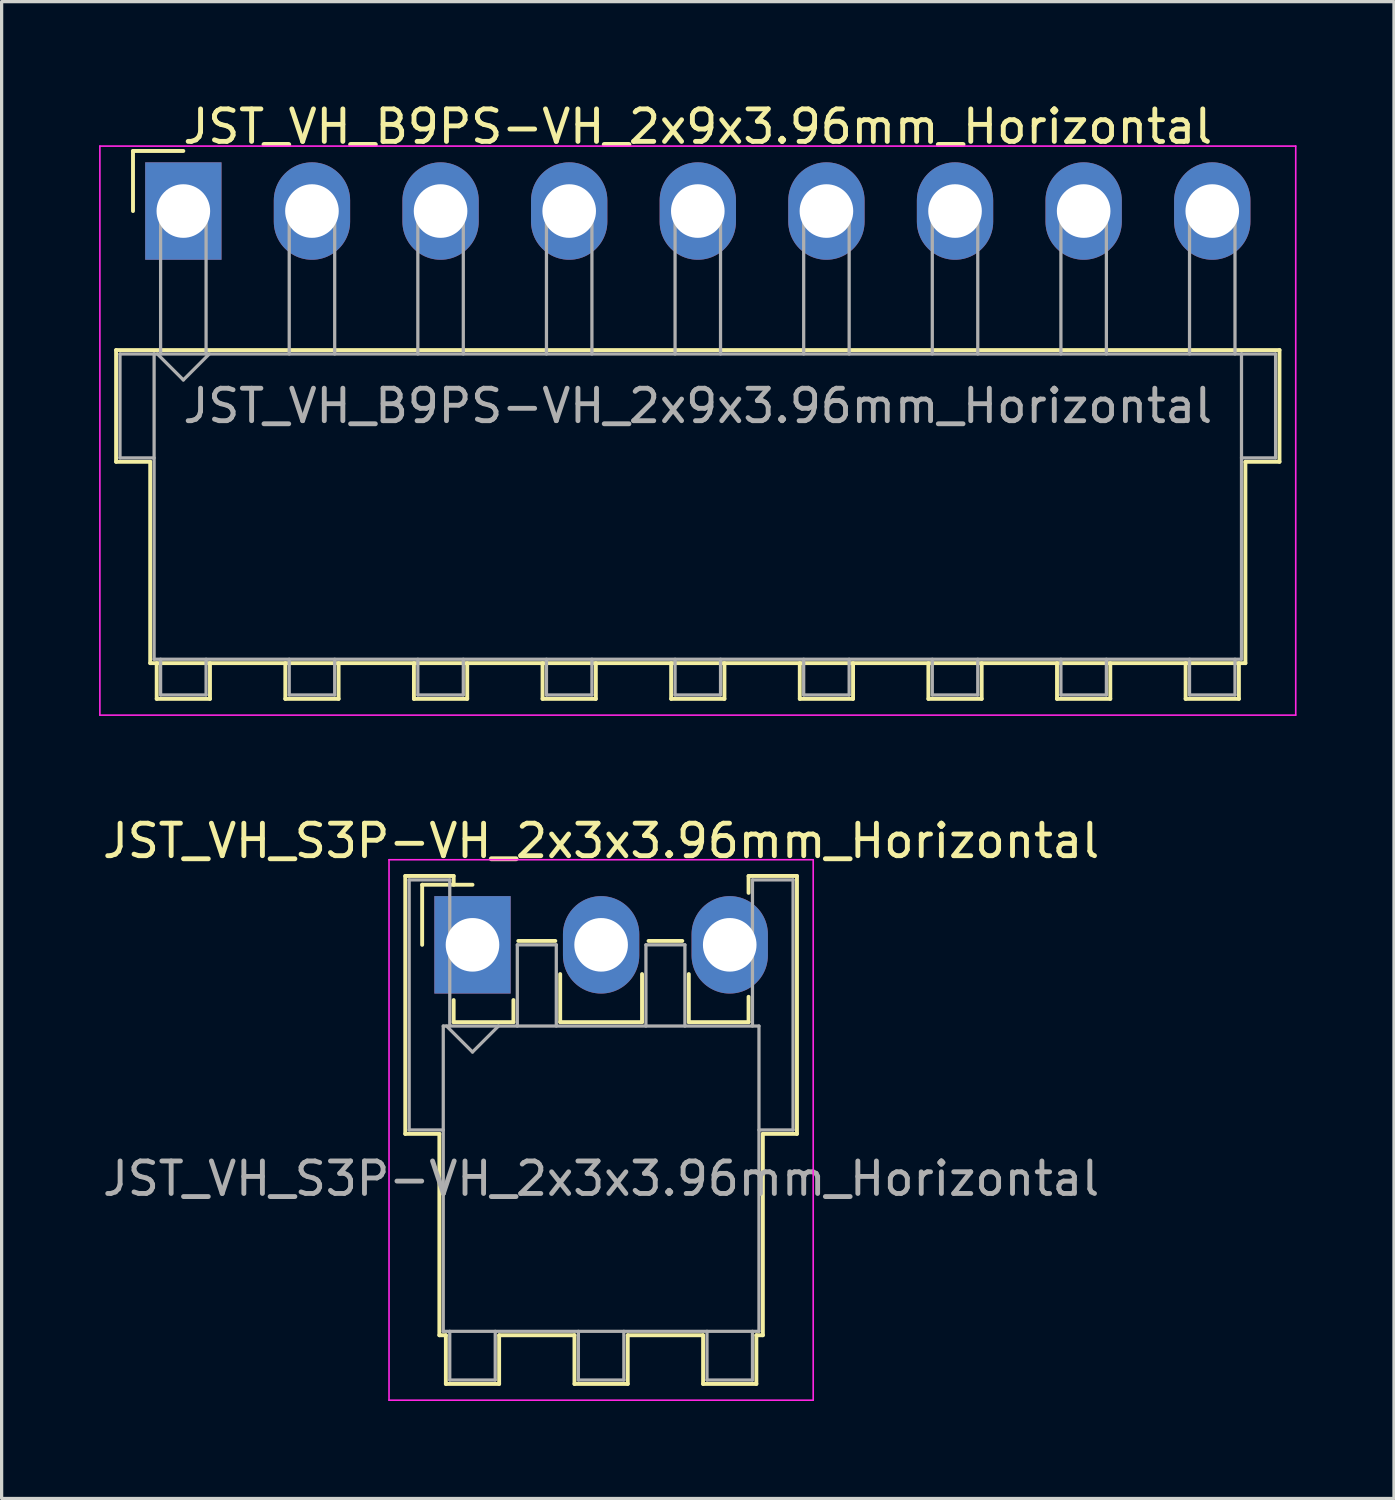
<source format=kicad_pcb>
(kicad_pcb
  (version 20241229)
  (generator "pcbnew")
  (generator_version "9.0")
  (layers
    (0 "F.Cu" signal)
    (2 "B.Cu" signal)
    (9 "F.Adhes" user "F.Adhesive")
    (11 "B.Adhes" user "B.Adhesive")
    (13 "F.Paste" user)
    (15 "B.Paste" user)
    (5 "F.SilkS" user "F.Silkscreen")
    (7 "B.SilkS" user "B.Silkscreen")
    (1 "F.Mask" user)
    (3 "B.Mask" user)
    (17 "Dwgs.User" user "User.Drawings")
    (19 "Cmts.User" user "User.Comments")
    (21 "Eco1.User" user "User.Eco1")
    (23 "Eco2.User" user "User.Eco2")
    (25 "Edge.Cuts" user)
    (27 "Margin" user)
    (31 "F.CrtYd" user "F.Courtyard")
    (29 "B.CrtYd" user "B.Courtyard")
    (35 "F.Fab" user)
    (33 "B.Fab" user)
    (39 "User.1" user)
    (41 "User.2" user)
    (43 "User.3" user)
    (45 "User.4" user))
  (footprint "JST_VH_S3P-VH_2x3x3.96mm_Horizontal"
    (layer "F.Cu")
    (at 11.498 26.041)
    (property "Reference" "JST_VH_S3P-VH_2x3x3.96mm_Horizontal" (at 3.96 -3.2 0) (layer "F.SilkS") (effects (font (size 1 1) (thickness 0.15))))
    (attr through_hole)
    (fp_line (start -2.07 -2.12) (end -0.58 -2.12) (stroke (width 0.12) (type solid)) (layer "F.SilkS"))
    (fp_line (start -2.07 5.82) (end -2.07 -2.12) (stroke (width 0.12) (type solid)) (layer "F.SilkS"))
    (fp_line (start -1.55 -1.85) (end -1.55 0) (stroke (width 0.12) (type solid)) (layer "F.SilkS"))
    (fp_line (start -1.02 5.82) (end -2.07 5.82) (stroke (width 0.12) (type solid)) (layer "F.SilkS"))
    (fp_line (start -1.02 5.82) (end -1.02 12.02) (stroke (width 0.12) (type solid)) (layer "F.SilkS"))
    (fp_line (start -1.02 12.02) (end -0.82 12.02) (stroke (width 0.12) (type solid)) (layer "F.SilkS"))
    (fp_line (start -0.82 12.02) (end -0.82 13.52) (stroke (width 0.12) (type solid)) (layer "F.SilkS"))
    (fp_line (start -0.82 13.52) (end 0.82 13.52) (stroke (width 0.12) (type solid)) (layer "F.SilkS"))
    (fp_line (start -0.58 -2.12) (end -0.58 -1.85) (stroke (width 0.12) (type solid)) (layer "F.SilkS"))
    (fp_line (start -0.58 1.7) (end -0.58 2.38) (stroke (width 0.12) (type solid)) (layer "F.SilkS"))
    (fp_line (start -0.58 2.38) (end 1.26 2.38) (stroke (width 0.12) (type solid)) (layer "F.SilkS"))
    (fp_line (start 0 -1.85) (end -1.55 -1.85) (stroke (width 0.12) (type solid)) (layer "F.SilkS"))
    (fp_line (start 0.82 12.02) (end 3.14 12.02) (stroke (width 0.12) (type solid)) (layer "F.SilkS"))
    (fp_line (start 0.82 13.52) (end 0.82 12.02) (stroke (width 0.12) (type solid)) (layer "F.SilkS"))
    (fp_line (start 1.26 2.38) (end 1.26 1.7) (stroke (width 0.12) (type solid)) (layer "F.SilkS"))
    (fp_line (start 1.41 -0.12) (end 2.55 -0.12) (stroke (width 0.12) (type solid)) (layer "F.SilkS"))
    (fp_line (start 2.7 0.9) (end 2.7 2.38) (stroke (width 0.12) (type solid)) (layer "F.SilkS"))
    (fp_line (start 2.7 2.38) (end 5.22 2.38) (stroke (width 0.12) (type solid)) (layer "F.SilkS"))
    (fp_line (start 3.14 12.02) (end 3.14 13.52) (stroke (width 0.12) (type solid)) (layer "F.SilkS"))
    (fp_line (start 3.14 13.52) (end 4.78 13.52) (stroke (width 0.12) (type solid)) (layer "F.SilkS"))
    (fp_line (start 4.78 12.02) (end 7.1 12.02) (stroke (width 0.12) (type solid)) (layer "F.SilkS"))
    (fp_line (start 4.78 13.52) (end 4.78 12.02) (stroke (width 0.12) (type solid)) (layer "F.SilkS"))
    (fp_line (start 5.22 2.38) (end 5.22 0.9) (stroke (width 0.12) (type solid)) (layer "F.SilkS"))
    (fp_line (start 5.42 -0.12) (end 6.46 -0.12) (stroke (width 0.12) (type solid)) (layer "F.SilkS"))
    (fp_line (start 6.66 0.9) (end 6.66 2.38) (stroke (width 0.12) (type solid)) (layer "F.SilkS"))
    (fp_line (start 6.66 2.38) (end 8.5 2.38) (stroke (width 0.12) (type solid)) (layer "F.SilkS"))
    (fp_line (start 7.1 12.02) (end 7.1 13.52) (stroke (width 0.12) (type solid)) (layer "F.SilkS"))
    (fp_line (start 7.1 13.52) (end 8.74 13.52) (stroke (width 0.12) (type solid)) (layer "F.SilkS"))
    (fp_line (start 8.5 -2.12) (end 9.99 -2.12) (stroke (width 0.12) (type solid)) (layer "F.SilkS"))
    (fp_line (start 8.5 -1.6) (end 8.5 -2.12) (stroke (width 0.12) (type solid)) (layer "F.SilkS"))
    (fp_line (start 8.5 2.38) (end 8.5 1.6) (stroke (width 0.12) (type solid)) (layer "F.SilkS"))
    (fp_line (start 8.74 12.02) (end 8.94 12.02) (stroke (width 0.12) (type solid)) (layer "F.SilkS"))
    (fp_line (start 8.74 13.52) (end 8.74 12.02) (stroke (width 0.12) (type solid)) (layer "F.SilkS"))
    (fp_line (start 8.94 12.02) (end 8.94 5.82) (stroke (width 0.12) (type solid)) (layer "F.SilkS"))
    (fp_line (start 9.99 -2.12) (end 9.99 5.82) (stroke (width 0.12) (type solid)) (layer "F.SilkS"))
    (fp_line (start 9.99 5.82) (end 8.94 5.82) (stroke (width 0.12) (type solid)) (layer "F.SilkS"))
    (fp_line (start -2.57 -2.62) (end -2.57 14.02) (stroke (width 0.05) (type solid)) (layer "F.CrtYd"))
    (fp_line (start -2.57 14.02) (end 10.49 14.02) (stroke (width 0.05) (type solid)) (layer "F.CrtYd"))
    (fp_line (start 10.49 -2.62) (end -2.57 -2.62) (stroke (width 0.05) (type solid)) (layer "F.CrtYd"))
    (fp_line (start 10.49 14.02) (end 10.49 -2.62) (stroke (width 0.05) (type solid)) (layer "F.CrtYd"))
    (fp_line (start -1.95 -2) (end -0.7 -2) (stroke (width 0.1) (type solid)) (layer "F.Fab"))
    (fp_line (start -1.95 5.7) (end -1.95 -2) (stroke (width 0.1) (type solid)) (layer "F.Fab"))
    (fp_line (start -0.9 2.5) (end -0.9 11.9) (stroke (width 0.1) (type solid)) (layer "F.Fab"))
    (fp_line (start -0.9 5.7) (end -1.95 5.7) (stroke (width 0.1) (type solid)) (layer "F.Fab"))
    (fp_line (start -0.9 11.9) (end 8.82 11.9) (stroke (width 0.1) (type solid)) (layer "F.Fab"))
    (fp_line (start -0.8 2.5) (end 0 3.3) (stroke (width 0.1) (type solid)) (layer "F.Fab"))
    (fp_line (start -0.7 -2) (end -0.7 2.5) (stroke (width 0.1) (type solid)) (layer "F.Fab"))
    (fp_line (start -0.7 11.9) (end -0.7 13.4) (stroke (width 0.1) (type solid)) (layer "F.Fab"))
    (fp_line (start -0.7 13.4) (end 0.7 13.4) (stroke (width 0.1) (type solid)) (layer "F.Fab"))
    (fp_line (start 0 3.3) (end 0.8 2.5) (stroke (width 0.1) (type solid)) (layer "F.Fab"))
    (fp_line (start 0.7 13.4) (end 0.7 11.9) (stroke (width 0.1) (type solid)) (layer "F.Fab"))
    (fp_line (start 1.38 0) (end 2.58 0) (stroke (width 0.1) (type solid)) (layer "F.Fab"))
    (fp_line (start 1.38 2.5) (end 1.38 0) (stroke (width 0.1) (type solid)) (layer "F.Fab"))
    (fp_line (start 2.58 0) (end 2.58 2.5) (stroke (width 0.1) (type solid)) (layer "F.Fab"))
    (fp_line (start 3.26 11.9) (end 3.26 13.4) (stroke (width 0.1) (type solid)) (layer "F.Fab"))
    (fp_line (start 3.26 13.4) (end 4.66 13.4) (stroke (width 0.1) (type solid)) (layer "F.Fab"))
    (fp_line (start 4.66 13.4) (end 4.66 11.9) (stroke (width 0.1) (type solid)) (layer "F.Fab"))
    (fp_line (start 5.34 0) (end 6.54 0) (stroke (width 0.1) (type solid)) (layer "F.Fab"))
    (fp_line (start 5.34 2.5) (end 5.34 0) (stroke (width 0.1) (type solid)) (layer "F.Fab"))
    (fp_line (start 6.54 0) (end 6.54 2.5) (stroke (width 0.1) (type solid)) (layer "F.Fab"))
    (fp_line (start 7.22 11.9) (end 7.22 13.4) (stroke (width 0.1) (type solid)) (layer "F.Fab"))
    (fp_line (start 7.22 13.4) (end 8.62 13.4) (stroke (width 0.1) (type solid)) (layer "F.Fab"))
    (fp_line (start 8.62 -2) (end 9.87 -2) (stroke (width 0.1) (type solid)) (layer "F.Fab"))
    (fp_line (start 8.62 2.5) (end 8.62 -2) (stroke (width 0.1) (type solid)) (layer "F.Fab"))
    (fp_line (start 8.62 13.4) (end 8.62 11.9) (stroke (width 0.1) (type solid)) (layer "F.Fab"))
    (fp_line (start 8.82 2.5) (end -0.9 2.5) (stroke (width 0.1) (type solid)) (layer "F.Fab"))
    (fp_line (start 8.82 11.9) (end 8.82 2.5) (stroke (width 0.1) (type solid)) (layer "F.Fab"))
    (fp_line (start 9.87 -2) (end 9.87 5.7) (stroke (width 0.1) (type solid)) (layer "F.Fab"))
    (fp_line (start 9.87 5.7) (end 8.82 5.7) (stroke (width 0.1) (type solid)) (layer "F.Fab"))
    (fp_text user "${REFERENCE}" (at 3.96 7.2 0) (layer "F.Fab") (effects (font (size 1 1) (thickness 0.15))))
    (pad "1" thru_hole rect (at 0 0) (size 2.35 3) (drill 1.65) (layers "*.Cu" "*.Mask"))
    (pad "2" thru_hole oval (at 3.96 0) (size 2.35 3) (drill 1.65) (layers "*.Cu" "*.Mask"))
    (pad "3" thru_hole oval (at 7.92 0) (size 2.35 3) (drill 1.65) (layers "*.Cu" "*.Mask")))
  (footprint "JST_VH_B9PS-VH_2x9x3.96mm_Horizontal"
    (layer "F.Cu")
    (at 2.595 3.448)
    (property "Reference" "JST_VH_B9PS-VH_2x9x3.96mm_Horizontal" (at 15.84 -2.6 0) (layer "F.SilkS") (effects (font (size 1 1) (thickness 0.15))))
    (attr through_hole)
    (fp_line (start -2.07 4.28) (end 33.75 4.28) (stroke (width 0.12) (type solid)) (layer "F.SilkS"))
    (fp_line (start -2.07 7.72) (end -2.07 4.28) (stroke (width 0.12) (type solid)) (layer "F.SilkS"))
    (fp_line (start -1.55 -1.85) (end -1.55 0) (stroke (width 0.12) (type solid)) (layer "F.SilkS"))
    (fp_line (start -1.02 7.72) (end -2.07 7.72) (stroke (width 0.12) (type solid)) (layer "F.SilkS"))
    (fp_line (start -1.02 13.92) (end -1.02 7.72) (stroke (width 0.12) (type solid)) (layer "F.SilkS"))
    (fp_line (start -0.82 13.92) (end -0.82 15.02) (stroke (width 0.12) (type solid)) (layer "F.SilkS"))
    (fp_line (start -0.82 15.02) (end 0.82 15.02) (stroke (width 0.12) (type solid)) (layer "F.SilkS"))
    (fp_line (start 0 -1.85) (end -1.55 -1.85) (stroke (width 0.12) (type solid)) (layer "F.SilkS"))
    (fp_line (start 0.82 15.02) (end 0.82 13.92) (stroke (width 0.12) (type solid)) (layer "F.SilkS"))
    (fp_line (start 3.14 13.92) (end 3.14 15.02) (stroke (width 0.12) (type solid)) (layer "F.SilkS"))
    (fp_line (start 3.14 15.02) (end 4.78 15.02) (stroke (width 0.12) (type solid)) (layer "F.SilkS"))
    (fp_line (start 4.78 15.02) (end 4.78 13.92) (stroke (width 0.12) (type solid)) (layer "F.SilkS"))
    (fp_line (start 7.1 13.92) (end 7.1 15.02) (stroke (width 0.12) (type solid)) (layer "F.SilkS"))
    (fp_line (start 7.1 15.02) (end 8.74 15.02) (stroke (width 0.12) (type solid)) (layer "F.SilkS"))
    (fp_line (start 8.74 15.02) (end 8.74 13.92) (stroke (width 0.12) (type solid)) (layer "F.SilkS"))
    (fp_line (start 11.06 13.92) (end 11.06 15.02) (stroke (width 0.12) (type solid)) (layer "F.SilkS"))
    (fp_line (start 11.06 15.02) (end 12.7 15.02) (stroke (width 0.12) (type solid)) (layer "F.SilkS"))
    (fp_line (start 12.7 15.02) (end 12.7 13.92) (stroke (width 0.12) (type solid)) (layer "F.SilkS"))
    (fp_line (start 15.02 13.92) (end 15.02 15.02) (stroke (width 0.12) (type solid)) (layer "F.SilkS"))
    (fp_line (start 15.02 15.02) (end 16.66 15.02) (stroke (width 0.12) (type solid)) (layer "F.SilkS"))
    (fp_line (start 16.66 15.02) (end 16.66 13.92) (stroke (width 0.12) (type solid)) (layer "F.SilkS"))
    (fp_line (start 18.98 13.92) (end 18.98 15.02) (stroke (width 0.12) (type solid)) (layer "F.SilkS"))
    (fp_line (start 18.98 15.02) (end 20.62 15.02) (stroke (width 0.12) (type solid)) (layer "F.SilkS"))
    (fp_line (start 20.62 15.02) (end 20.62 13.92) (stroke (width 0.12) (type solid)) (layer "F.SilkS"))
    (fp_line (start 22.94 13.92) (end 22.94 15.02) (stroke (width 0.12) (type solid)) (layer "F.SilkS"))
    (fp_line (start 22.94 15.02) (end 24.58 15.02) (stroke (width 0.12) (type solid)) (layer "F.SilkS"))
    (fp_line (start 24.58 15.02) (end 24.58 13.92) (stroke (width 0.12) (type solid)) (layer "F.SilkS"))
    (fp_line (start 26.9 13.92) (end 26.9 15.02) (stroke (width 0.12) (type solid)) (layer "F.SilkS"))
    (fp_line (start 26.9 15.02) (end 28.54 15.02) (stroke (width 0.12) (type solid)) (layer "F.SilkS"))
    (fp_line (start 28.54 15.02) (end 28.54 13.92) (stroke (width 0.12) (type solid)) (layer "F.SilkS"))
    (fp_line (start 30.86 13.92) (end 30.86 15.02) (stroke (width 0.12) (type solid)) (layer "F.SilkS"))
    (fp_line (start 30.86 15.02) (end 32.5 15.02) (stroke (width 0.12) (type solid)) (layer "F.SilkS"))
    (fp_line (start 32.5 15.02) (end 32.5 13.92) (stroke (width 0.12) (type solid)) (layer "F.SilkS"))
    (fp_line (start 32.7 7.72) (end 32.7 13.92) (stroke (width 0.12) (type solid)) (layer "F.SilkS"))
    (fp_line (start 32.7 13.92) (end -1.02 13.92) (stroke (width 0.12) (type solid)) (layer "F.SilkS"))
    (fp_line (start 33.75 4.28) (end 33.75 7.72) (stroke (width 0.12) (type solid)) (layer "F.SilkS"))
    (fp_line (start 33.75 7.72) (end 32.7 7.72) (stroke (width 0.12) (type solid)) (layer "F.SilkS"))
    (fp_line (start -2.57 -2) (end -2.57 15.52) (stroke (width 0.05) (type solid)) (layer "F.CrtYd"))
    (fp_line (start -2.57 15.52) (end 34.25 15.52) (stroke (width 0.05) (type solid)) (layer "F.CrtYd"))
    (fp_line (start 34.25 -2) (end -2.57 -2) (stroke (width 0.05) (type solid)) (layer "F.CrtYd"))
    (fp_line (start 34.25 15.52) (end 34.25 -2) (stroke (width 0.05) (type solid)) (layer "F.CrtYd"))
    (fp_line (start -1.95 4.4) (end -0.9 4.4) (stroke (width 0.1) (type solid)) (layer "F.Fab"))
    (fp_line (start -1.95 7.6) (end -1.95 4.4) (stroke (width 0.1) (type solid)) (layer "F.Fab"))
    (fp_line (start -0.9 4.4) (end -0.9 13.8) (stroke (width 0.1) (type solid)) (layer "F.Fab"))
    (fp_line (start -0.9 7.6) (end -1.95 7.6) (stroke (width 0.1) (type solid)) (layer "F.Fab"))
    (fp_line (start -0.9 13.8) (end 32.58 13.8) (stroke (width 0.1) (type solid)) (layer "F.Fab"))
    (fp_line (start -0.8 4.4) (end 0 5.2) (stroke (width 0.1) (type solid)) (layer "F.Fab"))
    (fp_line (start -0.7 0) (end 0.7 0) (stroke (width 0.1) (type solid)) (layer "F.Fab"))
    (fp_line (start -0.7 4.4) (end -0.7 0) (stroke (width 0.1) (type solid)) (layer "F.Fab"))
    (fp_line (start -0.7 13.8) (end -0.7 14.9) (stroke (width 0.1) (type solid)) (layer "F.Fab"))
    (fp_line (start -0.7 14.9) (end 0.7 14.9) (stroke (width 0.1) (type solid)) (layer "F.Fab"))
    (fp_line (start 0 5.2) (end 0.8 4.4) (stroke (width 0.1) (type solid)) (layer "F.Fab"))
    (fp_line (start 0.7 0) (end 0.7 4.4) (stroke (width 0.1) (type solid)) (layer "F.Fab"))
    (fp_line (start 0.7 14.9) (end 0.7 13.8) (stroke (width 0.1) (type solid)) (layer "F.Fab"))
    (fp_line (start 3.26 0) (end 4.66 0) (stroke (width 0.1) (type solid)) (layer "F.Fab"))
    (fp_line (start 3.26 4.4) (end 3.26 0) (stroke (width 0.1) (type solid)) (layer "F.Fab"))
    (fp_line (start 3.26 13.8) (end 3.26 14.9) (stroke (width 0.1) (type solid)) (layer "F.Fab"))
    (fp_line (start 3.26 14.9) (end 4.66 14.9) (stroke (width 0.1) (type solid)) (layer "F.Fab"))
    (fp_line (start 4.66 0) (end 4.66 4.4) (stroke (width 0.1) (type solid)) (layer "F.Fab"))
    (fp_line (start 4.66 14.9) (end 4.66 13.8) (stroke (width 0.1) (type solid)) (layer "F.Fab"))
    (fp_line (start 7.22 0) (end 8.62 0) (stroke (width 0.1) (type solid)) (layer "F.Fab"))
    (fp_line (start 7.22 4.4) (end 7.22 0) (stroke (width 0.1) (type solid)) (layer "F.Fab"))
    (fp_line (start 7.22 13.8) (end 7.22 14.9) (stroke (width 0.1) (type solid)) (layer "F.Fab"))
    (fp_line (start 7.22 14.9) (end 8.62 14.9) (stroke (width 0.1) (type solid)) (layer "F.Fab"))
    (fp_line (start 8.62 0) (end 8.62 4.4) (stroke (width 0.1) (type solid)) (layer "F.Fab"))
    (fp_line (start 8.62 14.9) (end 8.62 13.8) (stroke (width 0.1) (type solid)) (layer "F.Fab"))
    (fp_line (start 11.18 0) (end 12.58 0) (stroke (width 0.1) (type solid)) (layer "F.Fab"))
    (fp_line (start 11.18 4.4) (end 11.18 0) (stroke (width 0.1) (type solid)) (layer "F.Fab"))
    (fp_line (start 11.18 13.8) (end 11.18 14.9) (stroke (width 0.1) (type solid)) (layer "F.Fab"))
    (fp_line (start 11.18 14.9) (end 12.58 14.9) (stroke (width 0.1) (type solid)) (layer "F.Fab"))
    (fp_line (start 12.58 0) (end 12.58 4.4) (stroke (width 0.1) (type solid)) (layer "F.Fab"))
    (fp_line (start 12.58 14.9) (end 12.58 13.8) (stroke (width 0.1) (type solid)) (layer "F.Fab"))
    (fp_line (start 15.14 0) (end 16.54 0) (stroke (width 0.1) (type solid)) (layer "F.Fab"))
    (fp_line (start 15.14 4.4) (end 15.14 0) (stroke (width 0.1) (type solid)) (layer "F.Fab"))
    (fp_line (start 15.14 13.8) (end 15.14 14.9) (stroke (width 0.1) (type solid)) (layer "F.Fab"))
    (fp_line (start 15.14 14.9) (end 16.54 14.9) (stroke (width 0.1) (type solid)) (layer "F.Fab"))
    (fp_line (start 16.54 0) (end 16.54 4.4) (stroke (width 0.1) (type solid)) (layer "F.Fab"))
    (fp_line (start 16.54 14.9) (end 16.54 13.8) (stroke (width 0.1) (type solid)) (layer "F.Fab"))
    (fp_line (start 19.1 0) (end 20.5 0) (stroke (width 0.1) (type solid)) (layer "F.Fab"))
    (fp_line (start 19.1 4.4) (end 19.1 0) (stroke (width 0.1) (type solid)) (layer "F.Fab"))
    (fp_line (start 19.1 13.8) (end 19.1 14.9) (stroke (width 0.1) (type solid)) (layer "F.Fab"))
    (fp_line (start 19.1 14.9) (end 20.5 14.9) (stroke (width 0.1) (type solid)) (layer "F.Fab"))
    (fp_line (start 20.5 0) (end 20.5 4.4) (stroke (width 0.1) (type solid)) (layer "F.Fab"))
    (fp_line (start 20.5 14.9) (end 20.5 13.8) (stroke (width 0.1) (type solid)) (layer "F.Fab"))
    (fp_line (start 23.06 0) (end 24.46 0) (stroke (width 0.1) (type solid)) (layer "F.Fab"))
    (fp_line (start 23.06 4.4) (end 23.06 0) (stroke (width 0.1) (type solid)) (layer "F.Fab"))
    (fp_line (start 23.06 13.8) (end 23.06 14.9) (stroke (width 0.1) (type solid)) (layer "F.Fab"))
    (fp_line (start 23.06 14.9) (end 24.46 14.9) (stroke (width 0.1) (type solid)) (layer "F.Fab"))
    (fp_line (start 24.46 0) (end 24.46 4.4) (stroke (width 0.1) (type solid)) (layer "F.Fab"))
    (fp_line (start 24.46 14.9) (end 24.46 13.8) (stroke (width 0.1) (type solid)) (layer "F.Fab"))
    (fp_line (start 27.02 0) (end 28.42 0) (stroke (width 0.1) (type solid)) (layer "F.Fab"))
    (fp_line (start 27.02 4.4) (end 27.02 0) (stroke (width 0.1) (type solid)) (layer "F.Fab"))
    (fp_line (start 27.02 13.8) (end 27.02 14.9) (stroke (width 0.1) (type solid)) (layer "F.Fab"))
    (fp_line (start 27.02 14.9) (end 28.42 14.9) (stroke (width 0.1) (type solid)) (layer "F.Fab"))
    (fp_line (start 28.42 0) (end 28.42 4.4) (stroke (width 0.1) (type solid)) (layer "F.Fab"))
    (fp_line (start 28.42 14.9) (end 28.42 13.8) (stroke (width 0.1) (type solid)) (layer "F.Fab"))
    (fp_line (start 30.98 0) (end 32.38 0) (stroke (width 0.1) (type solid)) (layer "F.Fab"))
    (fp_line (start 30.98 4.4) (end 30.98 0) (stroke (width 0.1) (type solid)) (layer "F.Fab"))
    (fp_line (start 30.98 13.8) (end 30.98 14.9) (stroke (width 0.1) (type solid)) (layer "F.Fab"))
    (fp_line (start 30.98 14.9) (end 32.38 14.9) (stroke (width 0.1) (type solid)) (layer "F.Fab"))
    (fp_line (start 32.38 0) (end 32.38 4.4) (stroke (width 0.1) (type solid)) (layer "F.Fab"))
    (fp_line (start 32.38 14.9) (end 32.38 13.8) (stroke (width 0.1) (type solid)) (layer "F.Fab"))
    (fp_line (start 32.58 4.4) (end -0.9 4.4) (stroke (width 0.1) (type solid)) (layer "F.Fab"))
    (fp_line (start 32.58 4.4) (end 33.63 4.4) (stroke (width 0.1) (type solid)) (layer "F.Fab"))
    (fp_line (start 32.58 13.8) (end 32.58 4.4) (stroke (width 0.1) (type solid)) (layer "F.Fab"))
    (fp_line (start 33.63 4.4) (end 33.63 7.6) (stroke (width 0.1) (type solid)) (layer "F.Fab"))
    (fp_line (start 33.63 7.6) (end 32.58 7.6) (stroke (width 0.1) (type solid)) (layer "F.Fab"))
    (fp_text user "${REFERENCE}" (at 15.84 6 0) (layer "F.Fab") (effects (font (size 1 1) (thickness 0.15))))
    (pad "1" thru_hole rect (at 0 0) (size 2.35 3) (drill 1.65) (layers "*.Cu" "*.Mask"))
    (pad "2" thru_hole oval (at 3.96 0) (size 2.35 3) (drill 1.65) (layers "*.Cu" "*.Mask"))
    (pad "3" thru_hole oval (at 7.92 0) (size 2.35 3) (drill 1.65) (layers "*.Cu" "*.Mask"))
    (pad "4" thru_hole oval (at 11.88 0) (size 2.35 3) (drill 1.65) (layers "*.Cu" "*.Mask"))
    (pad "5" thru_hole oval (at 15.84 0) (size 2.35 3) (drill 1.65) (layers "*.Cu" "*.Mask"))
    (pad "6" thru_hole oval (at 19.8 0) (size 2.35 3) (drill 1.65) (layers "*.Cu" "*.Mask"))
    (pad "7" thru_hole oval (at 23.76 0) (size 2.35 3) (drill 1.65) (layers "*.Cu" "*.Mask"))
    (pad "8" thru_hole oval (at 27.72 0) (size 2.35 3) (drill 1.65) (layers "*.Cu" "*.Mask"))
    (pad "9" thru_hole oval (at 31.68 0) (size 2.35 3) (drill 1.65) (layers "*.Cu" "*.Mask")))
  (gr_rect
    (start -3 -3)
    (end 39.87 43.087)
    (stroke (width 0.1) (type default))
    (fill no)
    (layer "Edge.Cuts")))
</source>
